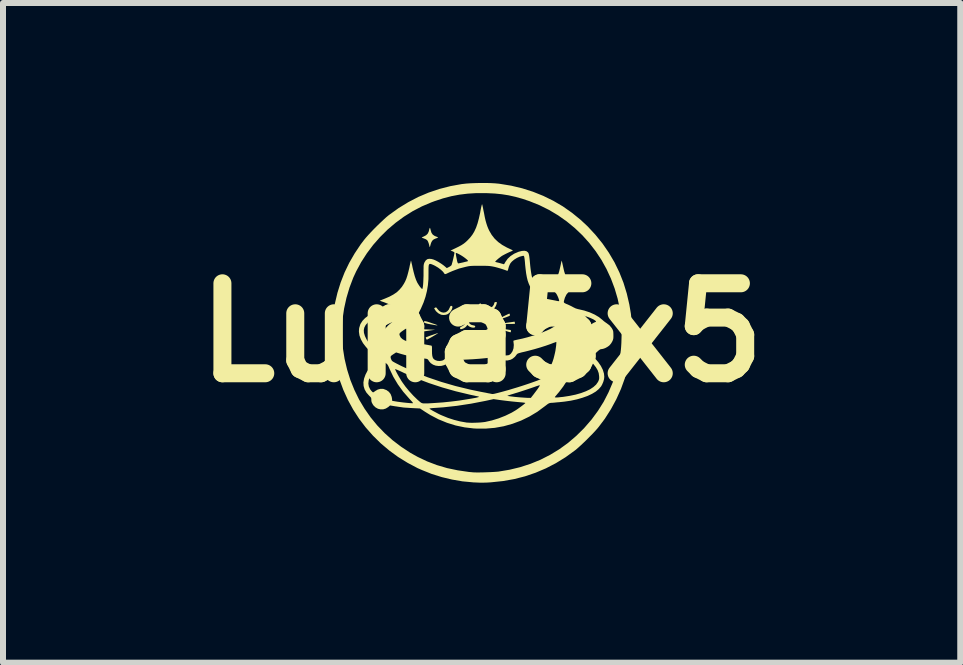
<source format=kicad_pcb>
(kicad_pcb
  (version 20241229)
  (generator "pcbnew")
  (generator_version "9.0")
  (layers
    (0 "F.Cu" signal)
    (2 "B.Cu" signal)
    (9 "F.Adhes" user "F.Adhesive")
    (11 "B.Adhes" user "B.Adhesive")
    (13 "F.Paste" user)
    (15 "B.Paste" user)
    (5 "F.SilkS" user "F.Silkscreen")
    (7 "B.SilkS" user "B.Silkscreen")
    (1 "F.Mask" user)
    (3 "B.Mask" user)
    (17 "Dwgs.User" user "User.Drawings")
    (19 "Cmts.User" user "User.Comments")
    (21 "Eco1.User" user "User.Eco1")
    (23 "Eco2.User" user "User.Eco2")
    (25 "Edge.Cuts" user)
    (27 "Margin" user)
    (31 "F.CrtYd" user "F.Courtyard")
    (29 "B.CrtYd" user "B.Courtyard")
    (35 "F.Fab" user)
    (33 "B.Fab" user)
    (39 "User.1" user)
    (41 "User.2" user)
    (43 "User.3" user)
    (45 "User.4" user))
  (footprint "Luna5x5"
    (layer "F.Cu")
    (at 4.979 2.494)
    (property "Reference" "Luna5x5" (at 0 0 0) (layer "F.SilkS") (effects (font (size 1.5 1.5) (thickness 0.3))))
    (attr board_only exclude_from_pos_files exclude_from_bom)
    (fp_poly (pts (xy 0.55 -0.181) (xy 0.552 -0.174) (xy 0.553 -0.162) (xy 0.555 -0.145) (xy 0.417 -0.144) (xy 0.279 -0.143) (xy 0.414 -0.163) (xy 0.455 -0.169) (xy 0.492 -0.174) (xy 0.521 -0.178) (xy 0.541 -0.181) (xy 0.55 -0.181)) (stroke (width 0) (type solid)) (fill yes) (layer "F.SilkS"))
    (fp_poly (pts (xy -0.959 -0.054) (xy -0.922 -0.053) (xy -0.893 -0.052) (xy -0.775 -0.047) (xy -0.888 -0.031) (xy -0.935 -0.024) (xy -0.97 -0.019) (xy -0.994 -0.017) (xy -1.011 -0.016) (xy -1.02 -0.017) (xy -1.024 -0.02) (xy -1.026 -0.025) (xy -1.026 -0.031) (xy -1.026 -0.031) (xy -1.023 -0.046) (xy -1.018 -0.053) (xy -1.009 -0.054) (xy -0.989 -0.055)) (stroke (width 0) (type solid)) (fill yes) (layer "F.SilkS"))
    (fp_poly (pts (xy -0.929 -0.188) (xy -0.901 -0.181) (xy -0.862 -0.168) (xy -0.845 -0.162) (xy -0.809 -0.15) (xy -0.777 -0.139) (xy -0.753 -0.13) (xy -0.739 -0.124) (xy -0.736 -0.123) (xy -0.739 -0.121) (xy -0.754 -0.121) (xy -0.783 -0.126) (xy -0.825 -0.133) (xy -0.863 -0.14) (xy -0.902 -0.148) (xy -0.93 -0.155) (xy -0.947 -0.161) (xy -0.957 -0.166) (xy -0.961 -0.172) (xy -0.961 -0.172) (xy -0.961 -0.183) (xy -0.957 -0.189) (xy -0.947 -0.191)) (stroke (width 0) (type solid)) (fill yes) (layer "F.SilkS"))
    (fp_poly (pts (xy -0.726 0.009) (xy -0.73 0.013) (xy -0.744 0.022) (xy -0.766 0.035) (xy -0.792 0.051) (xy -0.821 0.068) (xy -0.851 0.085) (xy -0.878 0.1) (xy -0.901 0.112) (xy -0.913 0.119) (xy -0.918 0.114) (xy -0.926 0.102) (xy -0.931 0.088) (xy -0.931 0.08) (xy -0.923 0.076) (xy -0.904 0.069) (xy -0.878 0.059) (xy -0.848 0.048) (xy -0.815 0.037) (xy -0.784 0.026) (xy -0.757 0.017) (xy -0.737 0.011) (xy -0.727 0.009)) (stroke (width 0) (type solid)) (fill yes) (layer "F.SilkS"))
    (fp_poly (pts (xy 0.306 -0.069) (xy 0.329 -0.066) (xy 0.359 -0.062) (xy 0.393 -0.057) (xy 0.426 -0.051) (xy 0.454 -0.047) (xy 0.474 -0.044) (xy 0.483 -0.043) (xy 0.483 -0.043) (xy 0.487 -0.036) (xy 0.488 -0.025) (xy 0.486 -0.011) (xy 0.483 -0.005) (xy 0.475 -0.006) (xy 0.455 -0.011) (xy 0.428 -0.019) (xy 0.395 -0.03) (xy 0.378 -0.036) (xy 0.345 -0.047) (xy 0.318 -0.058) (xy 0.3 -0.065) (xy 0.293 -0.069) (xy 0.294 -0.07)) (stroke (width 0) (type solid)) (fill yes) (layer "F.SilkS"))
    (fp_poly (pts (xy 0.466 -0.309) (xy 0.47 -0.299) (xy 0.472 -0.292) (xy 0.471 -0.286) (xy 0.465 -0.281) (xy 0.454 -0.274) (xy 0.436 -0.267) (xy 0.408 -0.256) (xy 0.37 -0.243) (xy 0.344 -0.234) (xy 0.303 -0.22) (xy 0.274 -0.211) (xy 0.257 -0.207) (xy 0.251 -0.207) (xy 0.256 -0.212) (xy 0.267 -0.219) (xy 0.284 -0.229) (xy 0.307 -0.241) (xy 0.336 -0.256) (xy 0.367 -0.272) (xy 0.397 -0.287) (xy 0.424 -0.3) (xy 0.446 -0.31) (xy 0.46 -0.316) (xy 0.463 -0.317)) (stroke (width 0) (type solid)) (fill yes) (layer "F.SilkS"))
    (fp_poly (pts (xy -0.492 -0.441) (xy -0.487 -0.427) (xy -0.49 -0.408) (xy -0.498 -0.385) (xy -0.512 -0.361) (xy -0.529 -0.338) (xy -0.55 -0.319) (xy -0.567 -0.307) (xy -0.596 -0.297) (xy -0.632 -0.293) (xy -0.666 -0.296) (xy -0.681 -0.3) (xy -0.723 -0.322) (xy -0.759 -0.354) (xy -0.775 -0.376) (xy -0.785 -0.393) (xy -0.791 -0.404) (xy -0.791 -0.406) (xy -0.784 -0.411) (xy -0.773 -0.416) (xy -0.763 -0.42) (xy -0.755 -0.417) (xy -0.745 -0.405) (xy -0.736 -0.393) (xy -0.707 -0.36) (xy -0.674 -0.341) (xy -0.64 -0.333) (xy -0.606 -0.337) (xy -0.576 -0.353) (xy -0.55 -0.38) (xy -0.531 -0.419) (xy -0.531 -0.419) (xy -0.523 -0.437) (xy -0.513 -0.445) (xy -0.505 -0.446)) (stroke (width 0) (type solid)) (fill yes) (layer "F.SilkS"))
    (fp_poly (pts (xy 0.247 -0.509) (xy 0.253 -0.505) (xy 0.253 -0.495) (xy 0.248 -0.477) (xy 0.244 -0.463) (xy 0.229 -0.431) (xy 0.206 -0.401) (xy 0.178 -0.378) (xy 0.16 -0.368) (xy 0.134 -0.363) (xy 0.102 -0.361) (xy 0.07 -0.364) (xy 0.046 -0.371) (xy 0.012 -0.391) (xy -0.019 -0.42) (xy -0.036 -0.443) (xy -0.046 -0.46) (xy -0.048 -0.469) (xy -0.043 -0.475) (xy -0.039 -0.478) (xy -0.026 -0.486) (xy -0.017 -0.485) (xy -0.007 -0.475) (xy -0.000078 -0.463) (xy 0.026 -0.432) (xy 0.059 -0.41) (xy 0.096 -0.4) (xy 0.133 -0.403) (xy 0.134 -0.403) (xy 0.161 -0.417) (xy 0.186 -0.44) (xy 0.204 -0.468) (xy 0.209 -0.486) (xy 0.214 -0.502) (xy 0.224 -0.508) (xy 0.234 -0.509)) (stroke (width 0) (type solid)) (fill yes) (layer "F.SilkS"))
    (fp_poly (pts (xy -0.859 -1.741) (xy -0.854 -1.724) (xy -0.849 -1.704) (xy -0.836 -1.663) (xy -0.815 -1.633) (xy -0.785 -1.612) (xy -0.761 -1.602) (xy -0.741 -1.594) (xy -0.729 -1.587) (xy -0.727 -1.584) (xy -0.736 -1.579) (xy -0.754 -1.572) (xy -0.769 -1.567) (xy -0.801 -1.552) (xy -0.825 -1.53) (xy -0.842 -1.498) (xy -0.851 -1.469) (xy -0.857 -1.446) (xy -0.862 -1.43) (xy -0.865 -1.424) (xy -0.868 -1.429) (xy -0.872 -1.444) (xy -0.876 -1.463) (xy -0.884 -1.491) (xy -0.894 -1.516) (xy -0.9 -1.529) (xy -0.909 -1.54) (xy -0.919 -1.548) (xy -0.933 -1.557) (xy -0.955 -1.566) (xy -0.987 -1.578) (xy -0.997 -1.582) (xy -0.997 -1.586) (xy -0.985 -1.593) (xy -0.965 -1.602) (xy -0.927 -1.622) (xy -0.901 -1.647) (xy -0.884 -1.68) (xy -0.877 -1.705) (xy -0.872 -1.727) (xy -0.866 -1.742) (xy -0.863 -1.747)) (stroke (width 0) (type solid)) (fill yes) (layer "F.SilkS"))
    (fp_poly (pts (xy -0.215 -0.284) (xy -0.196 -0.281) (xy -0.19 -0.277) (xy -0.186 -0.27) (xy -0.186 -0.258) (xy -0.192 -0.237) (xy -0.197 -0.223) (xy -0.205 -0.196) (xy -0.209 -0.174) (xy -0.209 -0.163) (xy -0.196 -0.144) (xy -0.173 -0.13) (xy -0.142 -0.121) (xy -0.139 -0.121) (xy -0.119 -0.116) (xy -0.11 -0.109) (xy -0.107 -0.102) (xy -0.111 -0.089) (xy -0.125 -0.083) (xy -0.145 -0.082) (xy -0.169 -0.086) (xy -0.194 -0.095) (xy -0.216 -0.108) (xy -0.218 -0.11) (xy -0.239 -0.128) (xy -0.255 -0.105) (xy -0.275 -0.086) (xy -0.302 -0.07) (xy -0.33 -0.059) (xy -0.345 -0.057) (xy -0.357 -0.059) (xy -0.36 -0.069) (xy -0.359 -0.076) (xy -0.354 -0.091) (xy -0.339 -0.099) (xy -0.335 -0.1) (xy -0.317 -0.109) (xy -0.298 -0.124) (xy -0.281 -0.142) (xy -0.271 -0.159) (xy -0.269 -0.167) (xy -0.273 -0.179) (xy -0.283 -0.196) (xy -0.286 -0.201) (xy -0.302 -0.226) (xy -0.309 -0.25) (xy -0.307 -0.268) (xy -0.302 -0.275) (xy -0.288 -0.28) (xy -0.266 -0.284) (xy -0.24 -0.285)) (stroke (width 0) (type solid)) (fill yes) (layer "F.SilkS"))
    (fp_poly (pts (xy 0.066 -2.494) (xy 0.147 -2.492) (xy 0.221 -2.488) (xy 0.286 -2.482) (xy 0.301 -2.48) (xy 0.491 -2.449) (xy 0.676 -2.405) (xy 0.855 -2.348) (xy 1.027 -2.279) (xy 1.194 -2.197) (xy 1.353 -2.104) (xy 1.504 -1.998) (xy 1.648 -1.881) (xy 1.765 -1.772) (xy 1.896 -1.631) (xy 2.015 -1.484) (xy 2.121 -1.33) (xy 2.215 -1.17) (xy 2.296 -1.003) (xy 2.364 -0.831) (xy 2.419 -0.652) (xy 2.462 -0.467) (xy 2.487 -0.318) (xy 2.492 -0.273) (xy 2.496 -0.217) (xy 2.499 -0.153) (xy 2.501 -0.085) (xy 2.502 -0.015) (xy 2.503 0.053) (xy 2.502 0.117) (xy 2.5 0.172) (xy 2.497 0.206) (xy 2.474 0.397) (xy 2.436 0.583) (xy 2.386 0.764) (xy 2.322 0.94) (xy 2.245 1.111) (xy 2.155 1.277) (xy 2.053 1.437) (xy 1.953 1.57) (xy 1.925 1.604) (xy 1.889 1.644) (xy 1.846 1.69) (xy 1.798 1.738) (xy 1.749 1.788) (xy 1.699 1.836) (xy 1.651 1.881) (xy 1.608 1.92) (xy 1.57 1.953) (xy 1.554 1.965) (xy 1.398 2.078) (xy 1.237 2.177) (xy 1.071 2.263) (xy 0.899 2.336) (xy 0.723 2.396) (xy 0.542 2.442) (xy 0.356 2.475) (xy 0.165 2.495) (xy 0.141 2.497) (xy 0.093 2.5) (xy 0.054 2.501) (xy 0.019 2.502) (xy -0.014 2.502) (xy -0.049 2.501) (xy -0.091 2.499) (xy -0.142 2.497) (xy -0.149 2.496) (xy -0.32 2.48) (xy -0.493 2.45) (xy -0.665 2.409) (xy -0.834 2.356) (xy -0.996 2.291) (xy -1.067 2.26) (xy -1.233 2.172) (xy -1.392 2.074) (xy -1.541 1.965) (xy -1.681 1.847) (xy -1.812 1.718) (xy -1.933 1.581) (xy -2.043 1.436) (xy -2.142 1.283) (xy -2.23 1.122) (xy -2.306 0.955) (xy -2.37 0.782) (xy -2.422 0.603) (xy -2.46 0.42) (xy -2.461 0.414) (xy -2.472 0.346) (xy -2.48 0.284) (xy -2.486 0.223) (xy -2.49 0.161) (xy -2.492 0.094) (xy -2.493 0.016) (xy -2.493 0.013) (xy -2.323 0.013) (xy -2.323 0.077) (xy -2.321 0.138) (xy -2.319 0.192) (xy -2.316 0.236) (xy -2.314 0.255) (xy -2.285 0.438) (xy -2.243 0.616) (xy -2.189 0.789) (xy -2.122 0.955) (xy -2.044 1.115) (xy -1.953 1.267) (xy -1.852 1.412) (xy -1.74 1.548) (xy -1.617 1.676) (xy -1.484 1.795) (xy -1.341 1.904) (xy -1.189 2.004) (xy -1.065 2.073) (xy -0.909 2.147) (xy -0.746 2.209) (xy -0.576 2.259) (xy -0.399 2.296) (xy -0.215 2.323) (xy -0.138 2.33) (xy -0.107 2.331) (xy -0.065 2.332) (xy -0.016 2.331) (xy 0.039 2.33) (xy 0.096 2.328) (xy 0.152 2.326) (xy 0.204 2.323) (xy 0.248 2.32) (xy 0.282 2.317) (xy 0.466 2.286) (xy 0.644 2.243) (xy 0.816 2.187) (xy 0.982 2.119) (xy 1.141 2.038) (xy 1.294 1.945) (xy 1.439 1.84) (xy 1.576 1.723) (xy 1.706 1.595) (xy 1.827 1.455) (xy 1.834 1.447) (xy 1.94 1.303) (xy 2.034 1.153) (xy 2.115 0.995) (xy 2.185 0.831) (xy 2.242 0.659) (xy 2.288 0.48) (xy 2.314 0.342) (xy 2.32 0.296) (xy 2.325 0.239) (xy 2.329 0.174) (xy 2.331 0.104) (xy 2.333 0.031) (xy 2.334 -0.04) (xy 2.333 -0.107) (xy 2.331 -0.167) (xy 2.327 -0.21) (xy 2.304 -0.39) (xy 2.267 -0.565) (xy 2.217 -0.735) (xy 2.155 -0.9) (xy 2.082 -1.058) (xy 1.997 -1.211) (xy 1.901 -1.356) (xy 1.795 -1.493) (xy 1.679 -1.622) (xy 1.553 -1.742) (xy 1.418 -1.853) (xy 1.275 -1.954) (xy 1.124 -2.044) (xy 0.965 -2.123) (xy 0.799 -2.19) (xy 0.677 -2.231) (xy 0.562 -2.263) (xy 0.45 -2.288) (xy 0.337 -2.306) (xy 0.22 -2.318) (xy 0.095 -2.324) (xy 0.066 -2.325) (xy -0.087 -2.325) (xy -0.232 -2.316) (xy -0.371 -2.299) (xy -0.508 -2.273) (xy -0.645 -2.237) (xy -0.787 -2.19) (xy -0.838 -2.171) (xy -0.996 -2.104) (xy -1.149 -2.024) (xy -1.296 -1.932) (xy -1.436 -1.829) (xy -1.569 -1.716) (xy -1.693 -1.593) (xy -1.809 -1.461) (xy -1.914 -1.321) (xy -2.008 -1.175) (xy -2.091 -1.022) (xy -2.14 -0.916) (xy -2.203 -0.75) (xy -2.254 -0.578) (xy -2.293 -0.401) (xy -2.314 -0.258) (xy -2.317 -0.22) (xy -2.32 -0.171) (xy -2.322 -0.114) (xy -2.323 -0.052) (xy -2.323 0.013) (xy -2.493 0.013) (xy -2.493 0) (xy -2.491 -0.097) (xy -2.488 -0.183) (xy -2.481 -0.264) (xy -2.471 -0.343) (xy -2.458 -0.424) (xy -2.447 -0.482) (xy -2.404 -0.663) (xy -2.35 -0.836) (xy -2.285 -1.002) (xy -2.208 -1.162) (xy -2.118 -1.318) (xy -2.016 -1.471) (xy -1.962 -1.542) (xy -1.931 -1.58) (xy -1.891 -1.625) (xy -1.845 -1.675) (xy -1.794 -1.728) (xy -1.741 -1.781) (xy -1.688 -1.832) (xy -1.637 -1.88) (xy -1.591 -1.922) (xy -1.55 -1.956) (xy -1.542 -1.962) (xy -1.385 -2.075) (xy -1.223 -2.174) (xy -1.056 -2.261) (xy -0.883 -2.334) (xy -0.705 -2.394) (xy -0.522 -2.441) (xy -0.335 -2.475) (xy -0.318 -2.477) (xy -0.255 -2.484) (xy -0.182 -2.489) (xy -0.101 -2.492) (xy -0.018 -2.494)) (stroke (width 0) (type solid)) (fill yes) (layer "F.SilkS"))
    (fp_poly (pts (xy 0.008 -2.138) (xy 0.011 -2.128) (xy 0.016 -2.105) (xy 0.023 -2.074) (xy 0.03 -2.036) (xy 0.039 -1.994) (xy 0.039 -1.994) (xy 0.052 -1.925) (xy 0.065 -1.868) (xy 0.079 -1.819) (xy 0.093 -1.776) (xy 0.109 -1.736) (xy 0.126 -1.699) (xy 0.168 -1.627) (xy 0.217 -1.565) (xy 0.275 -1.51) (xy 0.343 -1.461) (xy 0.422 -1.417) (xy 0.45 -1.404) (xy 0.478 -1.391) (xy 0.501 -1.38) (xy 0.516 -1.373) (xy 0.52 -1.371) (xy 0.516 -1.366) (xy 0.501 -1.358) (xy 0.478 -1.348) (xy 0.462 -1.341) (xy 0.427 -1.325) (xy 0.391 -1.307) (xy 0.359 -1.29) (xy 0.353 -1.287) (xy 0.329 -1.272) (xy 0.304 -1.253) (xy 0.278 -1.233) (xy 0.255 -1.213) (xy 0.237 -1.196) (xy 0.227 -1.185) (xy 0.226 -1.181) (xy 0.233 -1.177) (xy 0.248 -1.172) (xy 0.253 -1.171) (xy 0.274 -1.166) (xy 0.302 -1.159) (xy 0.324 -1.152) (xy 0.347 -1.146) (xy 0.364 -1.141) (xy 0.371 -1.139) (xy 0.376 -1.144) (xy 0.385 -1.159) (xy 0.396 -1.178) (xy 0.433 -1.23) (xy 0.482 -1.276) (xy 0.542 -1.315) (xy 0.611 -1.345) (xy 0.619 -1.348) (xy 0.671 -1.361) (xy 0.714 -1.364) (xy 0.748 -1.356) (xy 0.772 -1.337) (xy 0.781 -1.323) (xy 0.786 -1.307) (xy 0.792 -1.28) (xy 0.797 -1.243) (xy 0.802 -1.198) (xy 0.803 -1.187) (xy 0.809 -1.121) (xy 0.815 -1.068) (xy 0.821 -1.023) (xy 0.827 -0.985) (xy 0.833 -0.951) (xy 0.841 -0.919) (xy 0.843 -0.909) (xy 0.854 -0.87) (xy 0.868 -0.834) (xy 0.884 -0.799) (xy 0.906 -0.761) (xy 0.934 -0.717) (xy 0.967 -0.669) (xy 1.036 -0.57) (xy 1.121 -0.555) (xy 1.159 -0.547) (xy 1.196 -0.54) (xy 1.227 -0.534) (xy 1.246 -0.53) (xy 1.269 -0.525) (xy 1.285 -0.524) (xy 1.291 -0.524) (xy 1.292 -0.534) (xy 1.287 -0.553) (xy 1.279 -0.577) (xy 1.268 -0.603) (xy 1.256 -0.628) (xy 1.245 -0.647) (xy 1.22 -0.677) (xy 1.19 -0.702) (xy 1.152 -0.723) (xy 1.106 -0.742) (xy 1.07 -0.755) (xy 1.046 -0.765) (xy 1.033 -0.771) (xy 1.029 -0.776) (xy 1.033 -0.78) (xy 1.042 -0.785) (xy 1.043 -0.785) (xy 1.106 -0.809) (xy 1.156 -0.833) (xy 1.197 -0.858) (xy 1.228 -0.886) (xy 1.253 -0.919) (xy 1.273 -0.96) (xy 1.29 -1.011) (xy 1.305 -1.073) (xy 1.31 -1.095) (xy 1.318 -1.131) (xy 1.324 -1.162) (xy 1.33 -1.186) (xy 1.333 -1.198) (xy 1.334 -1.2) (xy 1.336 -1.193) (xy 1.341 -1.174) (xy 1.347 -1.147) (xy 1.355 -1.112) (xy 1.361 -1.084) (xy 1.376 -1.019) (xy 1.393 -0.966) (xy 1.412 -0.924) (xy 1.434 -0.89) (xy 1.462 -0.862) (xy 1.497 -0.839) (xy 1.539 -0.818) (xy 1.562 -0.809) (xy 1.591 -0.798) (xy 1.615 -0.788) (xy 1.631 -0.78) (xy 1.636 -0.778) (xy 1.634 -0.772) (xy 1.623 -0.766) (xy 1.622 -0.765) (xy 1.605 -0.759) (xy 1.581 -0.749) (xy 1.554 -0.739) (xy 1.553 -0.739) (xy 1.494 -0.711) (xy 1.448 -0.676) (xy 1.413 -0.634) (xy 1.388 -0.583) (xy 1.373 -0.532) (xy 1.37 -0.517) (xy 1.371 -0.505) (xy 1.376 -0.497) (xy 1.39 -0.488) (xy 1.413 -0.477) (xy 1.436 -0.468) (xy 1.468 -0.453) (xy 1.501 -0.437) (xy 1.528 -0.422) (xy 1.528 -0.422) (xy 1.567 -0.403) (xy 1.61 -0.39) (xy 1.613 -0.39) (xy 1.711 -0.367) (xy 1.802 -0.337) (xy 1.884 -0.3) (xy 1.955 -0.258) (xy 2.012 -0.212) (xy 2.037 -0.19) (xy 2.064 -0.17) (xy 2.086 -0.155) (xy 2.087 -0.154) (xy 2.131 -0.121) (xy 2.167 -0.077) (xy 2.18 -0.055) (xy 2.188 -0.037) (xy 2.193 -0.019) (xy 2.195 0.004) (xy 2.196 0.037) (xy 2.196 0.042) (xy 2.196 0.076) (xy 2.194 0.1) (xy 2.189 0.12) (xy 2.181 0.14) (xy 2.176 0.15) (xy 2.159 0.179) (xy 2.136 0.207) (xy 2.124 0.219) (xy 2.094 0.24) (xy 2.059 0.259) (xy 2.024 0.271) (xy 1.994 0.276) (xy 1.981 0.278) (xy 1.965 0.287) (xy 1.944 0.303) (xy 1.922 0.323) (xy 1.899 0.344) (xy 1.879 0.363) (xy 1.865 0.376) (xy 1.861 0.38) (xy 1.856 0.386) (xy 1.858 0.394) (xy 1.868 0.406) (xy 1.886 0.426) (xy 1.886 0.426) (xy 1.943 0.492) (xy 1.988 0.557) (xy 2.02 0.621) (xy 2.039 0.684) (xy 2.044 0.736) (xy 2.04 0.777) (xy 2.027 0.823) (xy 2.008 0.867) (xy 1.991 0.897) (xy 1.953 0.941) (xy 1.903 0.983) (xy 1.84 1.021) (xy 1.766 1.056) (xy 1.682 1.086) (xy 1.589 1.113) (xy 1.487 1.135) (xy 1.379 1.151) (xy 1.295 1.16) (xy 1.256 1.163) (xy 1.218 1.167) (xy 1.184 1.17) (xy 1.163 1.171) (xy 1.143 1.173) (xy 1.128 1.177) (xy 1.113 1.184) (xy 1.096 1.195) (xy 1.073 1.213) (xy 1.053 1.228) (xy 0.927 1.321) (xy 0.795 1.4) (xy 0.657 1.467) (xy 0.515 1.52) (xy 0.369 1.561) (xy 0.219 1.588) (xy 0.065 1.601) (xy -0.091 1.6) (xy -0.132 1.598) (xy -0.283 1.58) (xy -0.432 1.549) (xy -0.577 1.504) (xy -0.719 1.446) (xy -0.855 1.375) (xy -0.942 1.321) (xy -1.024 1.267) (xy -0.87 1.267) (xy -0.864 1.273) (xy -0.848 1.284) (xy -0.823 1.299) (xy -0.792 1.316) (xy -0.758 1.334) (xy -0.723 1.353) (xy -0.688 1.37) (xy -0.66 1.382) (xy -0.562 1.422) (xy -0.46 1.455) (xy -0.358 1.481) (xy -0.261 1.498) (xy -0.25 1.5) (xy -0.214 1.502) (xy -0.169 1.504) (xy -0.117 1.503) (xy -0.064 1.501) (xy -0.013 1.498) (xy 0.033 1.493) (xy 0.057 1.49) (xy 0.169 1.465) (xy 0.283 1.43) (xy 0.395 1.386) (xy 0.5 1.335) (xy 0.566 1.296) (xy 0.589 1.281) (xy 0.616 1.262) (xy 0.645 1.241) (xy 0.672 1.221) (xy 0.697 1.202) (xy 0.716 1.186) (xy 0.727 1.176) (xy 0.729 1.174) (xy 0.722 1.171) (xy 0.705 1.168) (xy 0.68 1.165) (xy 0.67 1.164) (xy 0.582 1.156) (xy 0.492 1.147) (xy 0.405 1.137) (xy 0.326 1.127) (xy 0.303 1.124) (xy 0.199 1.109) (xy 0.066 1.138) (xy -0.177 1.185) (xy -0.413 1.221) (xy -0.641 1.246) (xy -0.783 1.256) (xy -0.816 1.258) (xy -0.844 1.261) (xy -0.862 1.264) (xy -0.87 1.266) (xy -0.87 1.267) (xy -1.024 1.267) (xy -1.027 1.265) (xy -1.148 1.259) (xy -1.201 1.256) (xy -1.242 1.253) (xy -1.278 1.251) (xy -1.31 1.248) (xy -1.343 1.243) (xy -1.38 1.238) (xy -1.425 1.231) (xy -1.434 1.23) (xy -1.527 1.215) (xy -1.557 1.241) (xy -1.597 1.266) (xy -1.64 1.279) (xy -1.685 1.28) (xy -1.728 1.27) (xy -1.768 1.248) (xy -1.802 1.216) (xy -1.816 1.195) (xy -1.831 1.167) (xy -1.838 1.143) (xy -1.839 1.121) (xy -1.84 1.102) (xy -1.843 1.088) (xy -1.852 1.075) (xy -1.868 1.059) (xy -1.877 1.05) (xy -1.921 1) (xy -1.951 0.947) (xy -1.968 0.89) (xy -1.97 0.85) (xy -1.889 0.85) (xy -1.881 0.899) (xy -1.859 0.945) (xy -1.839 0.971) (xy -1.825 0.986) (xy -1.813 0.996) (xy -1.81 0.997) (xy -1.801 0.993) (xy -1.786 0.983) (xy -1.772 0.973) (xy -1.732 0.95) (xy -1.688 0.938) (xy -1.645 0.938) (xy -1.636 0.94) (xy -1.586 0.959) (xy -1.547 0.987) (xy -1.518 1.024) (xy -1.5 1.071) (xy -1.495 1.099) (xy -1.491 1.138) (xy -1.447 1.145) (xy -1.406 1.152) (xy -1.361 1.158) (xy -1.315 1.164) (xy -1.269 1.169) (xy -1.228 1.173) (xy -1.192 1.176) (xy -1.164 1.177) (xy -1.147 1.177) (xy -1.144 1.176) (xy -1.147 1.17) (xy -1.157 1.156) (xy -1.175 1.136) (xy -1.198 1.111) (xy -1.209 1.099) (xy -1.309 0.984) (xy -1.397 0.863) (xy -1.473 0.736) (xy -1.533 0.61) (xy -1.443 0.61) (xy -1.439 0.621) (xy -1.43 0.641) (xy -1.416 0.669) (xy -1.398 0.702) (xy -1.379 0.736) (xy -1.358 0.771) (xy -1.339 0.803) (xy -1.324 0.826) (xy -1.269 0.902) (xy -1.206 0.978) (xy -1.139 1.052) (xy -1.071 1.118) (xy -1.027 1.156) (xy -1.015 1.165) (xy -1.004 1.172) (xy -0.991 1.177) (xy -0.975 1.18) (xy -0.954 1.181) (xy -0.925 1.181) (xy -0.887 1.18) (xy -0.839 1.177) (xy -0.789 1.174) (xy -0.647 1.164) (xy -0.511 1.15) (xy -0.373 1.133) (xy -0.23 1.11) (xy -0.18 1.102) (xy -0.129 1.093) (xy -0.091 1.086) (xy -0.065 1.079) (xy -0.05 1.075) (xy -0.045 1.07) (xy -0.05 1.067) (xy -0.057 1.065) (xy -0.069 1.062) (xy -0.093 1.057) (xy -0.109 1.054) (xy 0.429 1.054) (xy 0.434 1.056) (xy 0.45 1.059) (xy 0.477 1.063) (xy 0.511 1.067) (xy 0.551 1.072) (xy 0.595 1.076) (xy 0.64 1.08) (xy 0.685 1.083) (xy 0.727 1.086) (xy 0.764 1.088) (xy 0.779 1.088) (xy 0.82 1.089) (xy 0.832 1.073) (xy 1.221 1.073) (xy 1.221 1.079) (xy 1.231 1.081) (xy 1.25 1.082) (xy 1.28 1.08) (xy 1.323 1.075) (xy 1.356 1.072) (xy 1.466 1.055) (xy 1.567 1.034) (xy 1.658 1.008) (xy 1.738 0.978) (xy 1.807 0.945) (xy 1.864 0.907) (xy 1.908 0.867) (xy 1.939 0.823) (xy 1.942 0.817) (xy 1.952 0.794) (xy 1.958 0.773) (xy 1.959 0.75) (xy 1.958 0.726) (xy 1.951 0.676) (xy 1.933 0.626) (xy 1.903 0.576) (xy 1.862 0.524) (xy 1.843 0.504) (xy 1.785 0.443) (xy 1.7 0.5) (xy 1.666 0.523) (xy 1.631 0.546) (xy 1.599 0.566) (xy 1.575 0.581) (xy 1.572 0.583) (xy 1.553 0.595) (xy 1.539 0.606) (xy 1.527 0.619) (xy 1.515 0.637) (xy 1.501 0.662) (xy 1.489 0.685) (xy 1.428 0.794) (xy 1.361 0.897) (xy 1.29 0.991) (xy 1.269 1.015) (xy 1.25 1.038) (xy 1.234 1.057) (xy 1.223 1.07) (xy 1.221 1.073) (xy 0.832 1.073) (xy 0.865 1.031) (xy 0.901 0.983) (xy 0.931 0.943) (xy 0.952 0.912) (xy 0.965 0.891) (xy 0.969 0.879) (xy 0.968 0.877) (xy 0.959 0.879) (xy 0.938 0.886) (xy 0.909 0.895) (xy 0.873 0.908) (xy 0.833 0.922) (xy 0.83 0.923) (xy 0.777 0.941) (xy 0.717 0.961) (xy 0.655 0.981) (xy 0.596 1) (xy 0.568 1.008) (xy 0.527 1.021) (xy 0.49 1.032) (xy 0.46 1.042) (xy 0.439 1.049) (xy 0.43 1.053) (xy 0.429 1.054) (xy -0.109 1.054) (xy -0.125 1.05) (xy -0.164 1.042) (xy -0.205 1.033) (xy -0.434 0.978) (xy -0.659 0.914) (xy -0.878 0.842) (xy -1.089 0.762) (xy -1.29 0.675) (xy -1.342 0.65) (xy -1.376 0.635) (xy -1.405 0.622) (xy -1.428 0.613) (xy -1.44 0.609) (xy -1.443 0.61) (xy -1.533 0.61) (xy -1.536 0.604) (xy -1.542 0.589) (xy -1.555 0.559) (xy -1.566 0.539) (xy -1.577 0.525) (xy -1.592 0.513) (xy -1.599 0.509) (xy -1.619 0.497) (xy -1.636 0.49) (xy -1.643 0.488) (xy -1.653 0.493) (xy -1.671 0.507) (xy -1.693 0.528) (xy -1.72 0.553) (xy -1.747 0.581) (xy -1.774 0.61) (xy -1.799 0.638) (xy -1.819 0.663) (xy -1.83 0.68) (xy -1.863 0.74) (xy -1.883 0.796) (xy -1.889 0.85) (xy -1.97 0.85) (xy -1.971 0.83) (xy -1.96 0.766) (xy -1.936 0.7) (xy -1.909 0.648) (xy -1.891 0.622) (xy -1.865 0.589) (xy -1.833 0.553) (xy -1.798 0.515) (xy -1.771 0.487) (xy -1.748 0.463) (xy -1.731 0.444) (xy -1.721 0.432) (xy -1.719 0.429) (xy -1.726 0.424) (xy -1.741 0.412) (xy -1.746 0.408) (xy -1.518 0.408) (xy -1.515 0.428) (xy -1.504 0.456) (xy -1.5 0.463) (xy -1.494 0.471) (xy -1.485 0.479) (xy -1.471 0.488) (xy -1.451 0.499) (xy -1.423 0.514) (xy -1.386 0.533) (xy -1.338 0.557) (xy -1.321 0.565) (xy -1.116 0.659) (xy -0.9 0.745) (xy -0.673 0.822) (xy -0.436 0.891) (xy -0.189 0.951) (xy -0.021 0.986) (xy 0.027 0.995) (xy 0.07 1.003) (xy 0.107 1.011) (xy 0.136 1.016) (xy 0.154 1.02) (xy 0.159 1.021) (xy 0.17 1.023) (xy 0.181 1.024) (xy 0.194 1.023) (xy 0.212 1.02) (xy 0.236 1.014) (xy 0.269 1.006) (xy 0.314 0.994) (xy 0.315 0.994) (xy 0.381 0.976) (xy 0.45 0.957) (xy 0.522 0.935) (xy 0.595 0.913) (xy 0.668 0.89) (xy 0.738 0.867) (xy 0.806 0.844) (xy 0.868 0.822) (xy 0.924 0.802) (xy 0.972 0.783) (xy 1.011 0.767) (xy 1.04 0.754) (xy 1.056 0.744) (xy 1.056 0.744) (xy 1.065 0.732) (xy 1.078 0.71) (xy 1.094 0.68) (xy 1.112 0.644) (xy 1.131 0.605) (xy 1.149 0.565) (xy 1.166 0.526) (xy 1.179 0.492) (xy 1.187 0.472) (xy 1.583 0.472) (xy 1.587 0.474) (xy 1.596 0.47) (xy 1.613 0.46) (xy 1.637 0.445) (xy 1.653 0.434) (xy 1.678 0.417) (xy 1.697 0.402) (xy 1.709 0.391) (xy 1.712 0.388) (xy 1.706 0.381) (xy 1.693 0.369) (xy 1.675 0.355) (xy 1.656 0.341) (xy 1.639 0.33) (xy 1.629 0.325) (xy 1.629 0.325) (xy 1.623 0.332) (xy 1.616 0.348) (xy 1.612 0.363) (xy 1.604 0.393) (xy 1.595 0.425) (xy 1.591 0.437) (xy 1.584 0.46) (xy 1.583 0.472) (xy 1.187 0.472) (xy 1.187 0.47) (xy 1.199 0.433) (xy 1.21 0.39) (xy 1.22 0.348) (xy 1.223 0.335) (xy 1.23 0.301) (xy 1.235 0.265) (xy 1.24 0.23) (xy 1.242 0.214) (xy 1.647 0.214) (xy 1.647 0.226) (xy 1.65 0.233) (xy 1.655 0.238) (xy 1.673 0.252) (xy 1.697 0.27) (xy 1.722 0.288) (xy 1.746 0.306) (xy 1.766 0.32) (xy 1.78 0.33) (xy 1.785 0.332) (xy 1.792 0.328) (xy 1.807 0.316) (xy 1.826 0.299) (xy 1.83 0.295) (xy 1.869 0.258) (xy 1.852 0.248) (xy 1.807 0.211) (xy 1.772 0.166) (xy 1.749 0.116) (xy 1.738 0.063) (xy 1.738 0.052) (xy 1.743 -0.006) (xy 1.761 -0.058) (xy 1.792 -0.103) (xy 1.792 -0.104) (xy 1.824 -0.135) (xy 1.857 -0.158) (xy 1.888 -0.173) (xy 1.892 -0.174) (xy 1.904 -0.179) (xy 1.906 -0.186) (xy 1.897 -0.197) (xy 1.875 -0.212) (xy 1.862 -0.22) (xy 1.841 -0.23) (xy 1.813 -0.243) (xy 1.781 -0.256) (xy 1.747 -0.268) (xy 1.715 -0.279) (xy 1.687 -0.288) (xy 1.667 -0.293) (xy 1.656 -0.294) (xy 1.655 -0.294) (xy 1.653 -0.285) (xy 1.655 -0.268) (xy 1.657 -0.26) (xy 1.66 -0.24) (xy 1.662 -0.209) (xy 1.664 -0.169) (xy 1.664 -0.122) (xy 1.664 -0.071) (xy 1.664 -0.019) (xy 1.662 0.032) (xy 1.66 0.08) (xy 1.658 0.121) (xy 1.655 0.153) (xy 1.654 0.162) (xy 1.649 0.193) (xy 1.647 0.214) (xy 1.242 0.214) (xy 1.243 0.2) (xy 1.245 0.175) (xy 1.245 0.16) (xy 1.243 0.156) (xy 1.236 0.158) (xy 1.218 0.165) (xy 1.191 0.174) (xy 1.159 0.187) (xy 1.148 0.191) (xy 1.068 0.219) (xy 0.977 0.248) (xy 0.878 0.277) (xy 0.776 0.304) (xy 0.716 0.319) (xy 0.671 0.329) (xy 0.638 0.338) (xy 0.615 0.345) (xy 0.6 0.351) (xy 0.591 0.358) (xy 0.587 0.362) (xy 0.555 0.403) (xy 0.518 0.434) (xy 0.484 0.452) (xy 0.432 0.465) (xy 0.383 0.464) (xy 0.336 0.45) (xy 0.3 0.427) (xy 0.267 0.402) (xy 0.178 0.413) (xy 0.072 0.426) (xy -0.033 0.436) (xy -0.142 0.444) (xy -0.258 0.45) (xy -0.325 0.453) (xy -0.517 0.46) (xy -0.543 0.489) (xy -0.58 0.521) (xy -0.623 0.542) (xy -0.67 0.555) (xy -0.718 0.557) (xy -0.766 0.551) (xy -0.81 0.535) (xy -0.848 0.51) (xy -0.878 0.476) (xy -0.881 0.47) (xy -0.893 0.452) (xy -0.905 0.442) (xy -0.921 0.437) (xy -0.936 0.435) (xy -1.022 0.424) (xy -1.097 0.413) (xy -1.164 0.401) (xy -1.225 0.387) (xy -1.285 0.372) (xy -1.34 0.357) (xy -1.426 0.331) (xy -1.474 0.362) (xy -1.499 0.379) (xy -1.514 0.393) (xy -1.518 0.408) (xy -1.746 0.408) (xy -1.763 0.395) (xy -1.789 0.374) (xy -1.791 0.372) (xy -1.866 0.307) (xy -1.928 0.241) (xy -1.978 0.176) (xy -2.014 0.111) (xy -2.037 0.048) (xy -2.046 -0.015) (xy -2.045 -0.041) (xy -1.965 -0.041) (xy -1.962 0.005) (xy -1.946 0.057) (xy -1.93 0.091) (xy -1.916 0.118) (xy -1.901 0.142) (xy -1.883 0.165) (xy -1.859 0.192) (xy -1.827 0.225) (xy -1.826 0.226) (xy -1.792 0.26) (xy -1.757 0.291) (xy -1.724 0.32) (xy -1.694 0.344) (xy -1.669 0.362) (xy -1.651 0.373) (xy -1.644 0.375) (xy -1.633 0.37) (xy -1.628 0.365) (xy -1.624 0.356) (xy -1.624 0.339) (xy -1.629 0.312) (xy -1.631 0.303) (xy -1.639 0.258) (xy -1.648 0.209) (xy -1.654 0.161) (xy -1.659 0.117) (xy -1.662 0.081) (xy -1.662 0.071) (xy -1.656 0.026) (xy -1.371 0.026) (xy -1.368 0.042) (xy -1.366 0.049) (xy -1.349 0.082) (xy -1.319 0.11) (xy -1.278 0.133) (xy -1.225 0.151) (xy -1.167 0.162) (xy -1.143 0.165) (xy -1.108 0.171) (xy -1.066 0.178) (xy -1.019 0.185) (xy -0.972 0.193) (xy -0.926 0.201) (xy -0.887 0.208) (xy -0.856 0.214) (xy -0.843 0.216) (xy -0.837 0.218) (xy -0.832 0.223) (xy -0.83 0.232) (xy -0.828 0.248) (xy -0.828 0.274) (xy -0.828 0.306) (xy -0.827 0.353) (xy -0.823 0.388) (xy -0.816 0.414) (xy -0.806 0.433) (xy -0.79 0.448) (xy -0.775 0.458) (xy -0.739 0.471) (xy -0.698 0.474) (xy -0.658 0.467) (xy -0.641 0.46) (xy -0.61 0.439) (xy -0.589 0.411) (xy -0.578 0.374) (xy -0.575 0.328) (xy -0.58 0.283) (xy -0.583 0.256) (xy -0.585 0.235) (xy -0.586 0.223) (xy -0.585 0.222) (xy -0.578 0.221) (xy -0.558 0.22) (xy -0.527 0.217) (xy -0.487 0.214) (xy -0.438 0.21) (xy -0.383 0.206) (xy -0.323 0.202) (xy -0.259 0.197) (xy -0.193 0.192) (xy -0.126 0.188) (xy -0.061 0.183) (xy 0.003 0.179) (xy 0.062 0.175) (xy 0.116 0.171) (xy 0.162 0.168) (xy 0.201 0.165) (xy 0.229 0.164) (xy 0.246 0.163) (xy 0.249 0.163) (xy 0.259 0.164) (xy 0.265 0.171) (xy 0.27 0.185) (xy 0.275 0.208) (xy 0.289 0.258) (xy 0.308 0.303) (xy 0.332 0.34) (xy 0.35 0.36) (xy 0.366 0.373) (xy 0.38 0.38) (xy 0.397 0.382) (xy 0.419 0.38) (xy 0.444 0.378) (xy 0.461 0.372) (xy 0.476 0.361) (xy 0.489 0.349) (xy 0.515 0.31) (xy 0.531 0.262) (xy 0.536 0.206) (xy 0.529 0.143) (xy 0.528 0.139) (xy 0.534 0.134) (xy 0.552 0.128) (xy 0.578 0.122) (xy 0.591 0.119) (xy 0.676 0.101) (xy 0.762 0.079) (xy 0.847 0.054) (xy 0.929 0.028) (xy 1.006 -0.001) (xy 1.077 -0.03) (xy 1.14 -0.059) (xy 1.193 -0.089) (xy 1.234 -0.117) (xy 1.25 -0.13) (xy 1.276 -0.161) (xy 1.289 -0.192) (xy 1.289 -0.222) (xy 1.277 -0.251) (xy 1.254 -0.278) (xy 1.22 -0.301) (xy 1.176 -0.319) (xy 1.123 -0.331) (xy 1.109 -0.333) (xy 1.072 -0.338) (xy 1.048 -0.342) (xy 1.032 -0.346) (xy 1.022 -0.353) (xy 1.017 -0.363) (xy 1.014 -0.379) (xy 1.012 -0.394) (xy 1.004 -0.43) (xy 0.991 -0.466) (xy 0.972 -0.504) (xy 0.947 -0.547) (xy 0.914 -0.598) (xy 0.902 -0.615) (xy 0.863 -0.673) (xy 0.83 -0.725) (xy 0.804 -0.773) (xy 0.783 -0.821) (xy 0.766 -0.87) (xy 0.753 -0.924) (xy 0.742 -0.984) (xy 0.733 -1.054) (xy 0.725 -1.128) (xy 0.721 -1.179) (xy 0.717 -1.217) (xy 0.713 -1.244) (xy 0.71 -1.262) (xy 0.706 -1.273) (xy 0.701 -1.279) (xy 0.693 -1.28) (xy 0.684 -1.278) (xy 0.677 -1.277) (xy 0.633 -1.265) (xy 0.587 -1.244) (xy 0.542 -1.216) (xy 0.504 -1.184) (xy 0.48 -1.156) (xy 0.467 -1.131) (xy 0.454 -1.1) (xy 0.447 -1.075) (xy 0.44 -1.049) (xy 0.434 -1.034) (xy 0.428 -1.029) (xy 0.424 -1.03) (xy 0.393 -1.042) (xy 0.352 -1.056) (xy 0.307 -1.07) (xy 0.262 -1.083) (xy 0.221 -1.094) (xy 0.202 -1.098) (xy 0.176 -1.103) (xy 0.151 -1.107) (xy 0.125 -1.11) (xy 0.094 -1.112) (xy 0.056 -1.113) (xy 0.009 -1.113) (xy -0.028 -1.113) (xy -0.083 -1.113) (xy -0.126 -1.113) (xy -0.16 -1.112) (xy -0.189 -1.11) (xy -0.214 -1.107) (xy -0.239 -1.102) (xy -0.262 -1.097) (xy -0.375 -1.068) (xy -0.482 -1.028) (xy -0.538 -1.004) (xy -0.57 -0.989) (xy -0.591 -0.979) (xy -0.605 -0.975) (xy -0.613 -0.975) (xy -0.618 -0.978) (xy -0.619 -0.98) (xy -0.644 -1.014) (xy -0.68 -1.048) (xy -0.725 -1.082) (xy -0.775 -1.112) (xy -0.801 -1.125) (xy -0.829 -1.137) (xy -0.849 -1.144) (xy -0.865 -1.145) (xy -0.875 -1.138) (xy -0.882 -1.122) (xy -0.885 -1.096) (xy -0.886 -1.058) (xy -0.886 -1.007) (xy -0.886 -0.998) (xy -0.887 -0.891) (xy -0.896 -0.79) (xy -0.912 -0.693) (xy -0.936 -0.597) (xy -0.969 -0.5) (xy -1.012 -0.401) (xy -1.065 -0.296) (xy -1.111 -0.215) (xy -1.133 -0.179) (xy -1.151 -0.152) (xy -1.17 -0.13) (xy -1.192 -0.111) (xy -1.22 -0.091) (xy -1.258 -0.068) (xy -1.259 -0.067) (xy -1.29 -0.048) (xy -1.319 -0.028) (xy -1.341 -0.012) (xy -1.354 -0.001) (xy -1.367 0.014) (xy -1.371 0.026) (xy -1.656 0.026) (xy -1.655 0.024) (xy -1.635 -0.024) (xy -1.601 -0.073) (xy -1.555 -0.123) (xy -1.496 -0.172) (xy -1.426 -0.22) (xy -1.363 -0.257) (xy -1.339 -0.271) (xy -1.325 -0.282) (xy -1.322 -0.293) (xy -1.33 -0.307) (xy -1.347 -0.328) (xy -1.352 -0.334) (xy -1.376 -0.36) (xy -1.457 -0.346) (xy -1.565 -0.324) (xy -1.662 -0.297) (xy -1.746 -0.265) (xy -1.817 -0.228) (xy -1.876 -0.187) (xy -1.901 -0.165) (xy -1.935 -0.124) (xy -1.956 -0.084) (xy -1.965 -0.041) (xy -2.045 -0.041) (xy -2.042 -0.075) (xy -2.024 -0.134) (xy -2.019 -0.146) (xy -1.987 -0.196) (xy -1.942 -0.243) (xy -1.884 -0.286) (xy -1.815 -0.325) (xy -1.734 -0.36) (xy -1.642 -0.39) (xy -1.542 -0.414) (xy -1.514 -0.421) (xy -1.491 -0.426) (xy -1.478 -0.431) (xy -1.476 -0.432) (xy -1.477 -0.438) (xy -1.492 -0.448) (xy -1.519 -0.462) (xy -1.56 -0.479) (xy -1.614 -0.501) (xy -1.665 -0.519) (xy -1.699 -0.532) (xy -1.614 -0.566) (xy -1.537 -0.599) (xy -1.472 -0.634) (xy -1.417 -0.671) (xy -1.371 -0.714) (xy -1.33 -0.762) (xy -1.298 -0.811) (xy -1.276 -0.851) (xy -1.256 -0.897) (xy -1.239 -0.949) (xy -1.222 -1.012) (xy -1.206 -1.078) (xy -1.198 -1.118) (xy -1.19 -1.152) (xy -1.184 -1.178) (xy -1.18 -1.195) (xy -1.179 -1.2) (xy -1.176 -1.195) (xy -1.172 -1.177) (xy -1.166 -1.15) (xy -1.158 -1.117) (xy -1.153 -1.091) (xy -1.134 -1.01) (xy -1.115 -0.94) (xy -1.095 -0.882) (xy -1.075 -0.837) (xy -1.07 -0.828) (xy -1.054 -0.802) (xy -1.037 -0.776) (xy -1.02 -0.754) (xy -1.005 -0.737) (xy -0.994 -0.727) (xy -0.99 -0.726) (xy -0.985 -0.739) (xy -0.98 -0.763) (xy -0.976 -0.798) (xy -0.973 -0.842) (xy -0.971 -0.893) (xy -0.969 -0.949) (xy -0.969 -0.993) (xy -0.969 -1.042) (xy -0.968 -1.079) (xy -0.968 -1.106) (xy -0.966 -1.126) (xy -0.963 -1.142) (xy -0.959 -1.155) (xy -0.954 -1.167) (xy -0.952 -1.172) (xy -0.932 -1.203) (xy -0.907 -1.223) (xy -0.876 -1.23) (xy -0.837 -1.227) (xy -0.801 -1.217) (xy -0.764 -1.201) (xy -0.721 -1.178) (xy -0.678 -1.151) (xy -0.638 -1.123) (xy -0.616 -1.105) (xy -0.581 -1.075) (xy -0.545 -1.093) (xy -0.524 -1.105) (xy -0.508 -1.118) (xy -0.502 -1.125) (xy -0.498 -1.137) (xy -0.492 -1.159) (xy -0.484 -1.188) (xy -0.476 -1.221) (xy -0.468 -1.256) (xy -0.461 -1.287) (xy -0.456 -1.313) (xy -0.455 -1.318) (xy -0.431 -1.318) (xy -0.429 -1.3) (xy -0.425 -1.274) (xy -0.42 -1.246) (xy -0.414 -1.217) (xy -0.409 -1.191) (xy -0.404 -1.173) (xy -0.402 -1.169) (xy -0.396 -1.157) (xy -0.391 -1.153) (xy -0.382 -1.154) (xy -0.363 -1.158) (xy -0.335 -1.164) (xy -0.308 -1.17) (xy -0.277 -1.178) (xy -0.251 -1.184) (xy -0.234 -1.189) (xy -0.228 -1.192) (xy -0.229 -1.2) (xy -0.241 -1.213) (xy -0.263 -1.232) (xy -0.292 -1.254) (xy -0.315 -1.27) (xy -0.35 -1.292) (xy -0.381 -1.309) (xy -0.406 -1.321) (xy -0.423 -1.327) (xy -0.43 -1.326) (xy -0.431 -1.318) (xy -0.455 -1.318) (xy -0.453 -1.33) (xy -0.453 -1.333) (xy -0.459 -1.34) (xy -0.474 -1.35) (xy -0.486 -1.355) (xy -0.519 -1.367) (xy -0.433 -1.408) (xy -0.382 -1.433) (xy -0.341 -1.455) (xy -0.307 -1.477) (xy -0.275 -1.501) (xy -0.244 -1.529) (xy -0.238 -1.535) (xy -0.194 -1.581) (xy -0.155 -1.631) (xy -0.122 -1.686) (xy -0.093 -1.749) (xy -0.068 -1.821) (xy -0.046 -1.903) (xy -0.025 -1.997) (xy -0.021 -2.022) (xy -0.012 -2.069) (xy -0.004 -2.105) (xy 0.002 -2.128) (xy 0.006 -2.139)) (stroke (width 0) (type solid)) (fill yes) (layer "F.SilkS")))
  (gr_rect
    (start -3 -3)
    (end 12.957 7.996)
    (stroke (width 0.1) (type default))
    (fill no)
    (layer "Edge.Cuts")))
</source>
